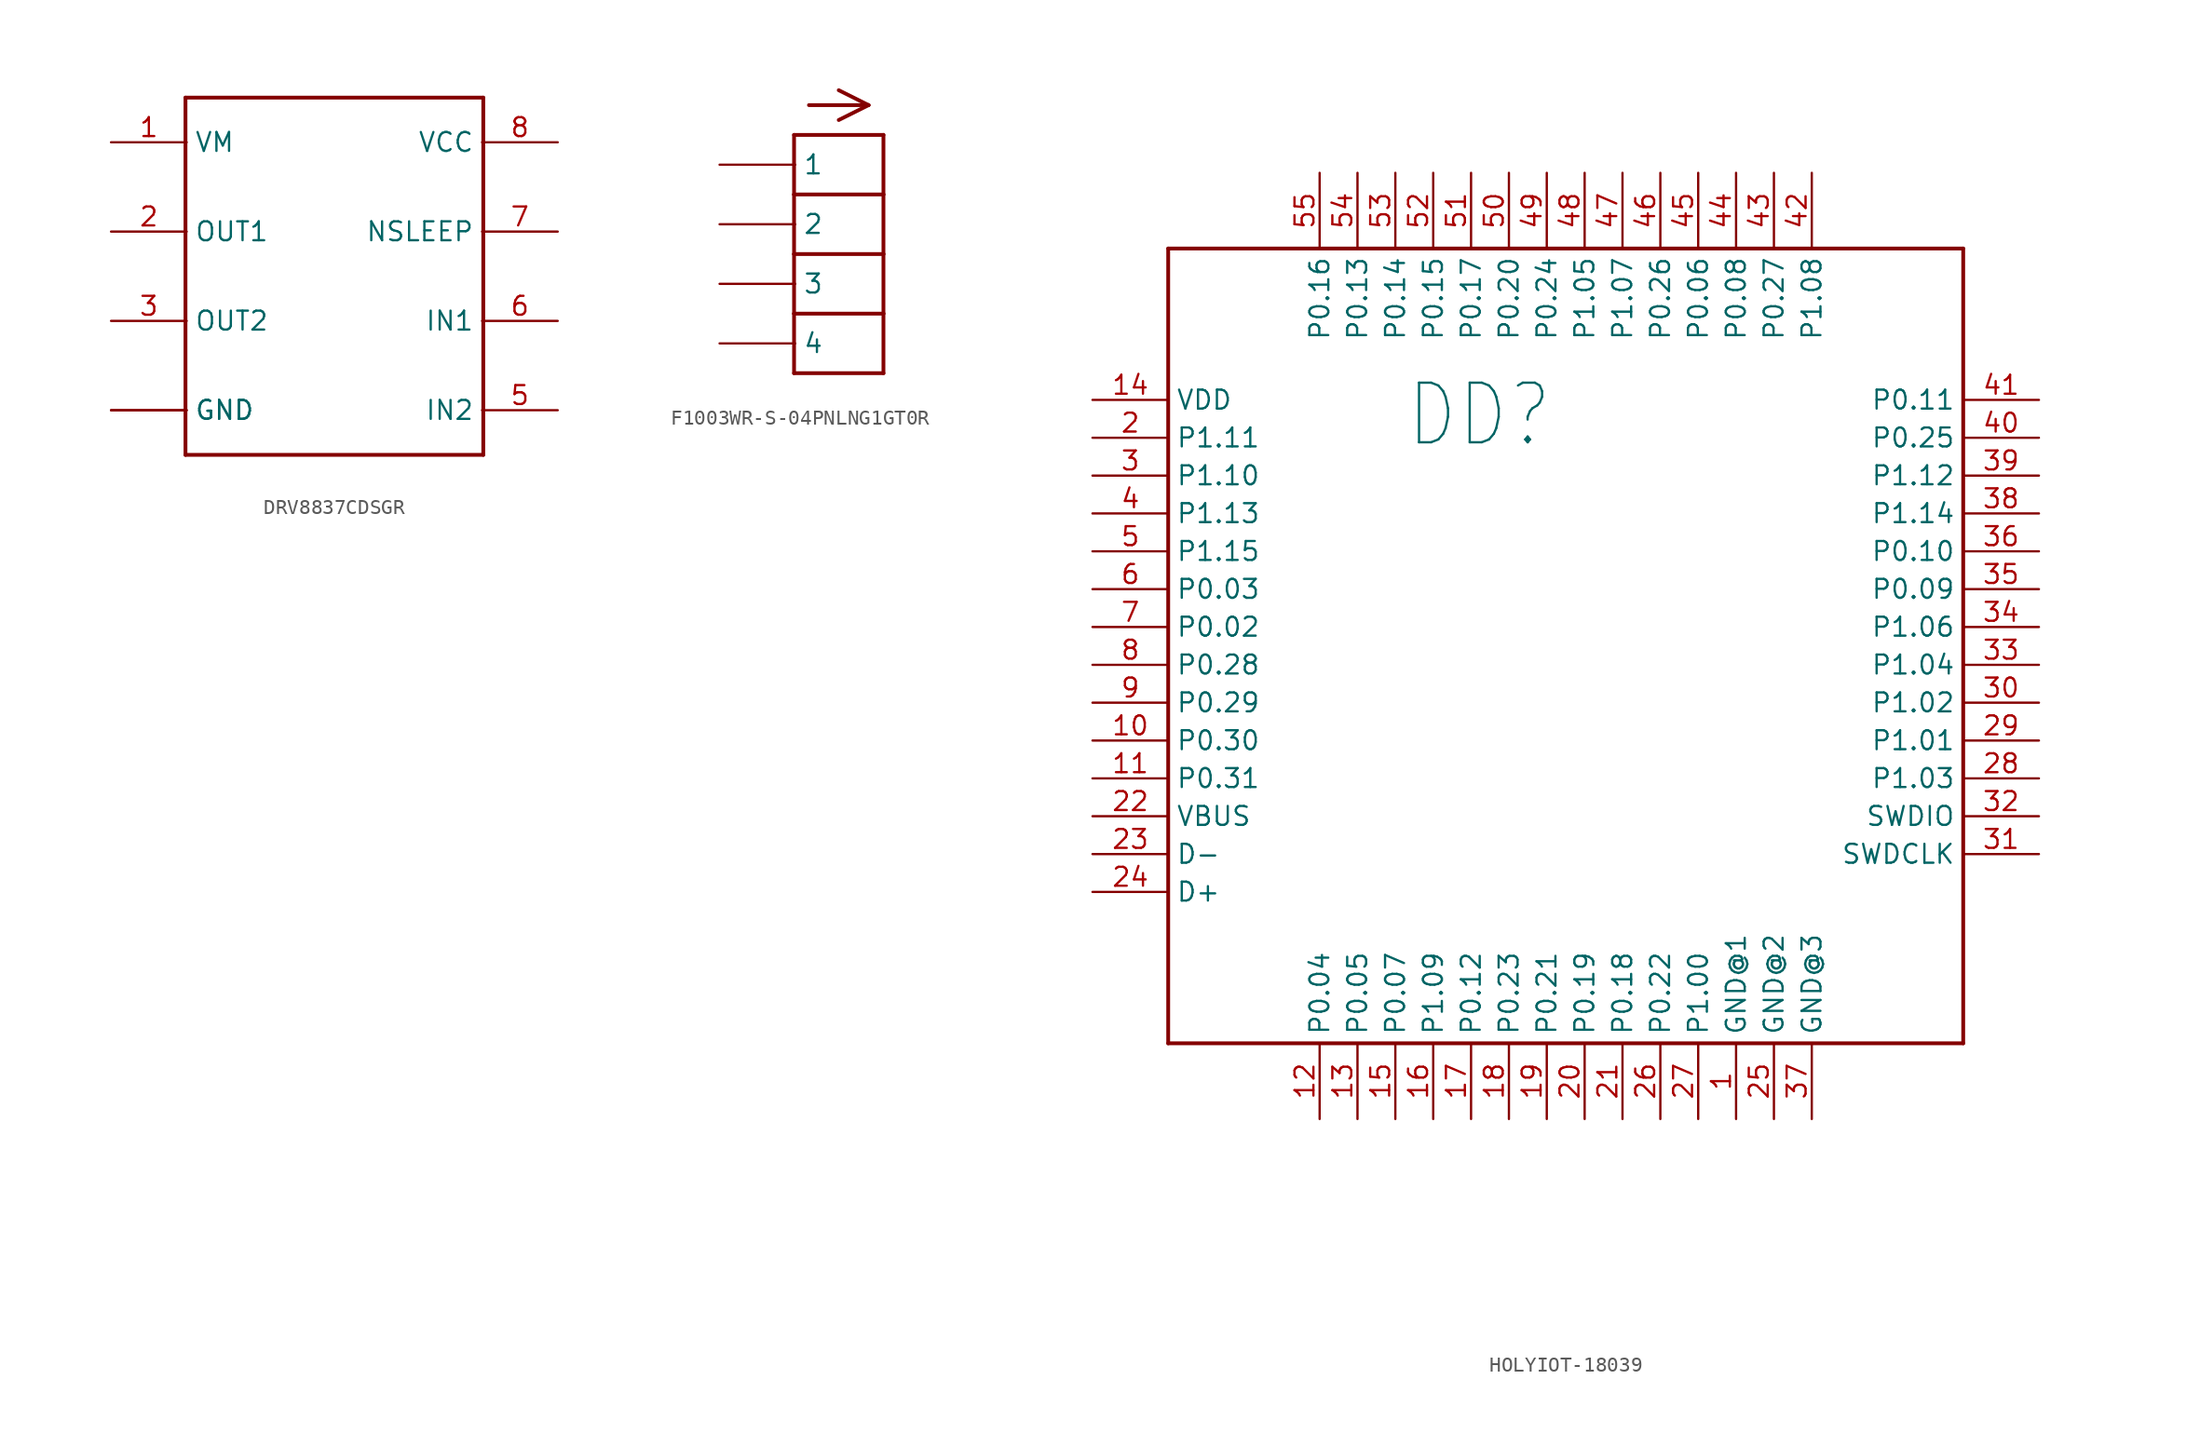
<source format=kicad_sym>
(kicad_symbol_lib
  (version 20231120)
  (generator "kicad_symbol_editor")
  (generator_version "8.0")
  (symbol "DRV8837CDSGR"
    (property "Reference" "DD"
      (at -10 13 0)
      (effects (font (size 1.778 1.511)) (justify left bottom) (hide yes)))
    (property "ki_locked" ""
      (at 0 0 0)
      (effects (font (size 1.27 1.27))))
    (symbol "DRV8837CDSGR_1_0"
      (polyline (pts (xy -10 -12) (xy 10 -12)) (stroke (width 0.254) (type solid)) (fill (type none)))
      (polyline (pts (xy -10 12) (xy -10 -12)) (stroke (width 0.254) (type solid)) (fill (type none)))
      (polyline (pts (xy 10 -12) (xy 10 12)) (stroke (width 0.254) (type solid)) (fill (type none)))
      (polyline (pts (xy 10 12) (xy -10 12)) (stroke (width 0.254) (type solid)) (fill (type none)))
      (pin bidirectional line (at -15 9 0) (length 5.08) (name "VM" (effects (font (size 1.27 1.27)))) (number "1" (effects (font (size 1.27 1.27)))))
      (pin bidirectional line (at -15 3 0) (length 5.08) (name "OUT1" (effects (font (size 1.27 1.27)))) (number "2" (effects (font (size 1.27 1.27)))))
      (pin bidirectional line (at -15 -3 0) (length 5.08) (name "OUT2" (effects (font (size 1.27 1.27)))) (number "3" (effects (font (size 1.27 1.27)))))
      (pin bidirectional line (at -15 -9 0) (length 5.08) (name "GND" (effects (font (size 1.27 1.27)))) (number "4" (effects (font (size 0 0)))))
      (pin bidirectional line (at 15 -9 180) (length 5.08) (name "IN2" (effects (font (size 1.27 1.27)))) (number "5" (effects (font (size 1.27 1.27)))))
      (pin bidirectional line (at 15 -3 180) (length 5.08) (name "IN1" (effects (font (size 1.27 1.27)))) (number "6" (effects (font (size 1.27 1.27)))))
      (pin bidirectional line (at 15 3 180) (length 5.08) (name "NSLEEP" (effects (font (size 1.27 1.27)))) (number "7" (effects (font (size 1.27 1.27)))))
      (pin bidirectional line (at 15 9 180) (length 5.08) (name "VCC" (effects (font (size 1.27 1.27)))) (number "8" (effects (font (size 1.27 1.27)))))
      (pin bidirectional line (at -15 -9 0) (length 5.08) (name "GND" (effects (font (size 1.27 1.27)))) (number "GND" (effects (font (size 0 0)))))))
  (symbol "F1003WR-S-04PNLNG1GT0R"
    (property "Reference" "XS"
      (at 0 12 0)
      (effects (font (size 1.778 1.511)) (justify left bottom) (hide yes)))
    (property "ki_locked" ""
      (at 0 0 0)
      (effects (font (size 1.27 1.27))))
    (symbol "F1003WR-S-04PNLNG1GT0R_1_0"
      (polyline (pts (xy 0 -8) (xy 0 -4)) (stroke (width 0.254) (type solid)) (fill (type none)))
      (polyline (pts (xy 0 -4) (xy 0 0)) (stroke (width 0.254) (type solid)) (fill (type none)))
      (polyline (pts (xy 0 -4) (xy 6 -4)) (stroke (width 0.254) (type solid)) (fill (type none)))
      (polyline (pts (xy 0 0) (xy 0 4)) (stroke (width 0.254) (type solid)) (fill (type none)))
      (polyline (pts (xy 0 0) (xy 6 0)) (stroke (width 0.254) (type solid)) (fill (type none)))
      (polyline (pts (xy 0 4) (xy 0 8)) (stroke (width 0.254) (type solid)) (fill (type none)))
      (polyline (pts (xy 0 4) (xy 6 4)) (stroke (width 0.254) (type solid)) (fill (type none)))
      (polyline (pts (xy 0 8) (xy 6 8)) (stroke (width 0.254) (type solid)) (fill (type none)))
      (polyline (pts (xy 1 10) (xy 5 10)) (stroke (width 0.254) (type solid)) (fill (type none)))
      (polyline (pts (xy 5 10) (xy 3 9)) (stroke (width 0.254) (type solid)) (fill (type none)))
      (polyline (pts (xy 5 10) (xy 3 11)) (stroke (width 0.254) (type solid)) (fill (type none)))
      (polyline (pts (xy 6 -8) (xy 0 -8)) (stroke (width 0.254) (type solid)) (fill (type none)))
      (polyline (pts (xy 6 -4) (xy 6 -8)) (stroke (width 0.254) (type solid)) (fill (type none)))
      (polyline (pts (xy 6 0) (xy 6 -4)) (stroke (width 0.254) (type solid)) (fill (type none)))
      (polyline (pts (xy 6 4) (xy 6 0)) (stroke (width 0.254) (type solid)) (fill (type none)))
      (polyline (pts (xy 6 8) (xy 6 4)) (stroke (width 0.254) (type solid)) (fill (type none)))
      (pin bidirectional line (at -5 6 0) (length 5.08) (name "1" (effects (font (size 1.27 1.27)))) (number "1" (effects (font (size 0 0)))))
      (pin bidirectional line (at -5 2 0) (length 5.08) (name "2" (effects (font (size 1.27 1.27)))) (number "2" (effects (font (size 0 0)))))
      (pin bidirectional line (at -5 -2 0) (length 5.08) (name "3" (effects (font (size 1.27 1.27)))) (number "3" (effects (font (size 0 0)))))
      (pin bidirectional line (at -5 -6 0) (length 5.08) (name "4" (effects (font (size 1.27 1.27)))) (number "4" (effects (font (size 0 0)))))))
  (symbol "HOLYIOT-18039"
    (property "Reference" "DD"
      (at 21 -3.34 0)
      (effects (font (size 4 3.4)) (justify left bottom)))
    (property "Value" ""
      (at 21 -56.34 0)
      (effects (font (size 4 3.4)) (justify left bottom)))
    (property "ki_locked" ""
      (at 0 0 0)
      (effects (font (size 1.27 1.27))))
    (symbol "HOLYIOT-18039_1_0"
      (polyline (pts (xy 5.08 -43.18) (xy 5.08 10.16)) (stroke (width 0.254) (type solid)) (fill (type none)))
      (polyline (pts (xy 5.08 10.16) (xy 58.42 10.16)) (stroke (width 0.254) (type solid)) (fill (type none)))
      (polyline (pts (xy 58.42 -43.18) (xy 5.08 -43.18)) (stroke (width 0.254) (type solid)) (fill (type none)))
      (polyline (pts (xy 58.42 10.16) (xy 58.42 -43.18)) (stroke (width 0.254) (type solid)) (fill (type none)))
      (pin bidirectional line (at 43.18 -48.26 90) (length 5.08) (name "GND@1" (effects (font (size 1.27 1.27)))) (number "1" (effects (font (size 1.27 1.27)))))
      (pin bidirectional line (at 0 -22.86 0) (length 5.08) (name "P0.30" (effects (font (size 1.27 1.27)))) (number "10" (effects (font (size 1.27 1.27)))))
      (pin bidirectional line (at 0 -25.4 0) (length 5.08) (name "P0.31" (effects (font (size 1.27 1.27)))) (number "11" (effects (font (size 1.27 1.27)))))
      (pin bidirectional line (at 15.24 -48.26 90) (length 5.08) (name "P0.04" (effects (font (size 1.27 1.27)))) (number "12" (effects (font (size 1.27 1.27)))))
      (pin bidirectional line (at 17.78 -48.26 90) (length 5.08) (name "P0.05" (effects (font (size 1.27 1.27)))) (number "13" (effects (font (size 1.27 1.27)))))
      (pin bidirectional line (at 0 0 0) (length 5.08) (name "VDD" (effects (font (size 1.27 1.27)))) (number "14" (effects (font (size 1.27 1.27)))))
      (pin bidirectional line (at 20.32 -48.26 90) (length 5.08) (name "P0.07" (effects (font (size 1.27 1.27)))) (number "15" (effects (font (size 1.27 1.27)))))
      (pin bidirectional line (at 22.86 -48.26 90) (length 5.08) (name "P1.09" (effects (font (size 1.27 1.27)))) (number "16" (effects (font (size 1.27 1.27)))))
      (pin bidirectional line (at 25.4 -48.26 90) (length 5.08) (name "P0.12" (effects (font (size 1.27 1.27)))) (number "17" (effects (font (size 1.27 1.27)))))
      (pin bidirectional line (at 27.94 -48.26 90) (length 5.08) (name "P0.23" (effects (font (size 1.27 1.27)))) (number "18" (effects (font (size 1.27 1.27)))))
      (pin bidirectional line (at 30.48 -48.26 90) (length 5.08) (name "P0.21" (effects (font (size 1.27 1.27)))) (number "19" (effects (font (size 1.27 1.27)))))
      (pin bidirectional line (at 0 -2.54 0) (length 5.08) (name "P1.11" (effects (font (size 1.27 1.27)))) (number "2" (effects (font (size 1.27 1.27)))))
      (pin bidirectional line (at 33.02 -48.26 90) (length 5.08) (name "P0.19" (effects (font (size 1.27 1.27)))) (number "20" (effects (font (size 1.27 1.27)))))
      (pin bidirectional line (at 35.56 -48.26 90) (length 5.08) (name "P0.18" (effects (font (size 1.27 1.27)))) (number "21" (effects (font (size 1.27 1.27)))))
      (pin bidirectional line (at 0 -27.94 0) (length 5.08) (name "VBUS" (effects (font (size 1.27 1.27)))) (number "22" (effects (font (size 1.27 1.27)))))
      (pin bidirectional line (at 0 -30.48 0) (length 5.08) (name "D-" (effects (font (size 1.27 1.27)))) (number "23" (effects (font (size 1.27 1.27)))))
      (pin bidirectional line (at 0 -33.02 0) (length 5.08) (name "D+" (effects (font (size 1.27 1.27)))) (number "24" (effects (font (size 1.27 1.27)))))
      (pin bidirectional line (at 45.72 -48.26 90) (length 5.08) (name "GND@2" (effects (font (size 1.27 1.27)))) (number "25" (effects (font (size 1.27 1.27)))))
      (pin bidirectional line (at 38.1 -48.26 90) (length 5.08) (name "P0.22" (effects (font (size 1.27 1.27)))) (number "26" (effects (font (size 1.27 1.27)))))
      (pin bidirectional line (at 40.64 -48.26 90) (length 5.08) (name "P1.00" (effects (font (size 1.27 1.27)))) (number "27" (effects (font (size 1.27 1.27)))))
      (pin bidirectional line (at 63.5 -25.4 180) (length 5.08) (name "P1.03" (effects (font (size 1.27 1.27)))) (number "28" (effects (font (size 1.27 1.27)))))
      (pin bidirectional line (at 63.5 -22.86 180) (length 5.08) (name "P1.01" (effects (font (size 1.27 1.27)))) (number "29" (effects (font (size 1.27 1.27)))))
      (pin bidirectional line (at 0 -5.08 0) (length 5.08) (name "P1.10" (effects (font (size 1.27 1.27)))) (number "3" (effects (font (size 1.27 1.27)))))
      (pin bidirectional line (at 63.5 -20.32 180) (length 5.08) (name "P1.02" (effects (font (size 1.27 1.27)))) (number "30" (effects (font (size 1.27 1.27)))))
      (pin bidirectional line (at 63.5 -30.48 180) (length 5.08) (name "SWDCLK" (effects (font (size 1.27 1.27)))) (number "31" (effects (font (size 1.27 1.27)))))
      (pin bidirectional line (at 63.5 -27.94 180) (length 5.08) (name "SWDIO" (effects (font (size 1.27 1.27)))) (number "32" (effects (font (size 1.27 1.27)))))
      (pin bidirectional line (at 63.5 -17.78 180) (length 5.08) (name "P1.04" (effects (font (size 1.27 1.27)))) (number "33" (effects (font (size 1.27 1.27)))))
      (pin bidirectional line (at 63.5 -15.24 180) (length 5.08) (name "P1.06" (effects (font (size 1.27 1.27)))) (number "34" (effects (font (size 1.27 1.27)))))
      (pin bidirectional line (at 63.5 -12.7 180) (length 5.08) (name "P0.09" (effects (font (size 1.27 1.27)))) (number "35" (effects (font (size 1.27 1.27)))))
      (pin bidirectional line (at 63.5 -10.16 180) (length 5.08) (name "P0.10" (effects (font (size 1.27 1.27)))) (number "36" (effects (font (size 1.27 1.27)))))
      (pin bidirectional line (at 48.26 -48.26 90) (length 5.08) (name "GND@3" (effects (font (size 1.27 1.27)))) (number "37" (effects (font (size 1.27 1.27)))))
      (pin bidirectional line (at 63.5 -7.62 180) (length 5.08) (name "P1.14" (effects (font (size 1.27 1.27)))) (number "38" (effects (font (size 1.27 1.27)))))
      (pin bidirectional line (at 63.5 -5.08 180) (length 5.08) (name "P1.12" (effects (font (size 1.27 1.27)))) (number "39" (effects (font (size 1.27 1.27)))))
      (pin bidirectional line (at 0 -7.62 0) (length 5.08) (name "P1.13" (effects (font (size 1.27 1.27)))) (number "4" (effects (font (size 1.27 1.27)))))
      (pin bidirectional line (at 63.5 -2.54 180) (length 5.08) (name "P0.25" (effects (font (size 1.27 1.27)))) (number "40" (effects (font (size 1.27 1.27)))))
      (pin bidirectional line (at 63.5 0 180) (length 5.08) (name "P0.11" (effects (font (size 1.27 1.27)))) (number "41" (effects (font (size 1.27 1.27)))))
      (pin bidirectional line (at 48.26 15.24 270) (length 5.08) (name "P1.08" (effects (font (size 1.27 1.27)))) (number "42" (effects (font (size 1.27 1.27)))))
      (pin bidirectional line (at 45.72 15.24 270) (length 5.08) (name "P0.27" (effects (font (size 1.27 1.27)))) (number "43" (effects (font (size 1.27 1.27)))))
      (pin bidirectional line (at 43.18 15.24 270) (length 5.08) (name "P0.08" (effects (font (size 1.27 1.27)))) (number "44" (effects (font (size 1.27 1.27)))))
      (pin bidirectional line (at 40.64 15.24 270) (length 5.08) (name "P0.06" (effects (font (size 1.27 1.27)))) (number "45" (effects (font (size 1.27 1.27)))))
      (pin bidirectional line (at 38.1 15.24 270) (length 5.08) (name "P0.26" (effects (font (size 1.27 1.27)))) (number "46" (effects (font (size 1.27 1.27)))))
      (pin bidirectional line (at 35.56 15.24 270) (length 5.08) (name "P1.07" (effects (font (size 1.27 1.27)))) (number "47" (effects (font (size 1.27 1.27)))))
      (pin bidirectional line (at 33.02 15.24 270) (length 5.08) (name "P1.05" (effects (font (size 1.27 1.27)))) (number "48" (effects (font (size 1.27 1.27)))))
      (pin bidirectional line (at 30.48 15.24 270) (length 5.08) (name "P0.24" (effects (font (size 1.27 1.27)))) (number "49" (effects (font (size 1.27 1.27)))))
      (pin bidirectional line (at 0 -10.16 0) (length 5.08) (name "P1.15" (effects (font (size 1.27 1.27)))) (number "5" (effects (font (size 1.27 1.27)))))
      (pin bidirectional line (at 27.94 15.24 270) (length 5.08) (name "P0.20" (effects (font (size 1.27 1.27)))) (number "50" (effects (font (size 1.27 1.27)))))
      (pin bidirectional line (at 25.4 15.24 270) (length 5.08) (name "P0.17" (effects (font (size 1.27 1.27)))) (number "51" (effects (font (size 1.27 1.27)))))
      (pin bidirectional line (at 22.86 15.24 270) (length 5.08) (name "P0.15" (effects (font (size 1.27 1.27)))) (number "52" (effects (font (size 1.27 1.27)))))
      (pin bidirectional line (at 20.32 15.24 270) (length 5.08) (name "P0.14" (effects (font (size 1.27 1.27)))) (number "53" (effects (font (size 1.27 1.27)))))
      (pin bidirectional line (at 17.78 15.24 270) (length 5.08) (name "P0.13" (effects (font (size 1.27 1.27)))) (number "54" (effects (font (size 1.27 1.27)))))
      (pin bidirectional line (at 15.24 15.24 270) (length 5.08) (name "P0.16" (effects (font (size 1.27 1.27)))) (number "55" (effects (font (size 1.27 1.27)))))
      (pin bidirectional line (at 0 -12.7 0) (length 5.08) (name "P0.03" (effects (font (size 1.27 1.27)))) (number "6" (effects (font (size 1.27 1.27)))))
      (pin bidirectional line (at 0 -15.24 0) (length 5.08) (name "P0.02" (effects (font (size 1.27 1.27)))) (number "7" (effects (font (size 1.27 1.27)))))
      (pin bidirectional line (at 0 -17.78 0) (length 5.08) (name "P0.28" (effects (font (size 1.27 1.27)))) (number "8" (effects (font (size 1.27 1.27)))))
      (pin bidirectional line (at 0 -20.32 0) (length 5.08) (name "P0.29" (effects (font (size 1.27 1.27)))) (number "9" (effects (font (size 1.27 1.27))))))))
</source>
